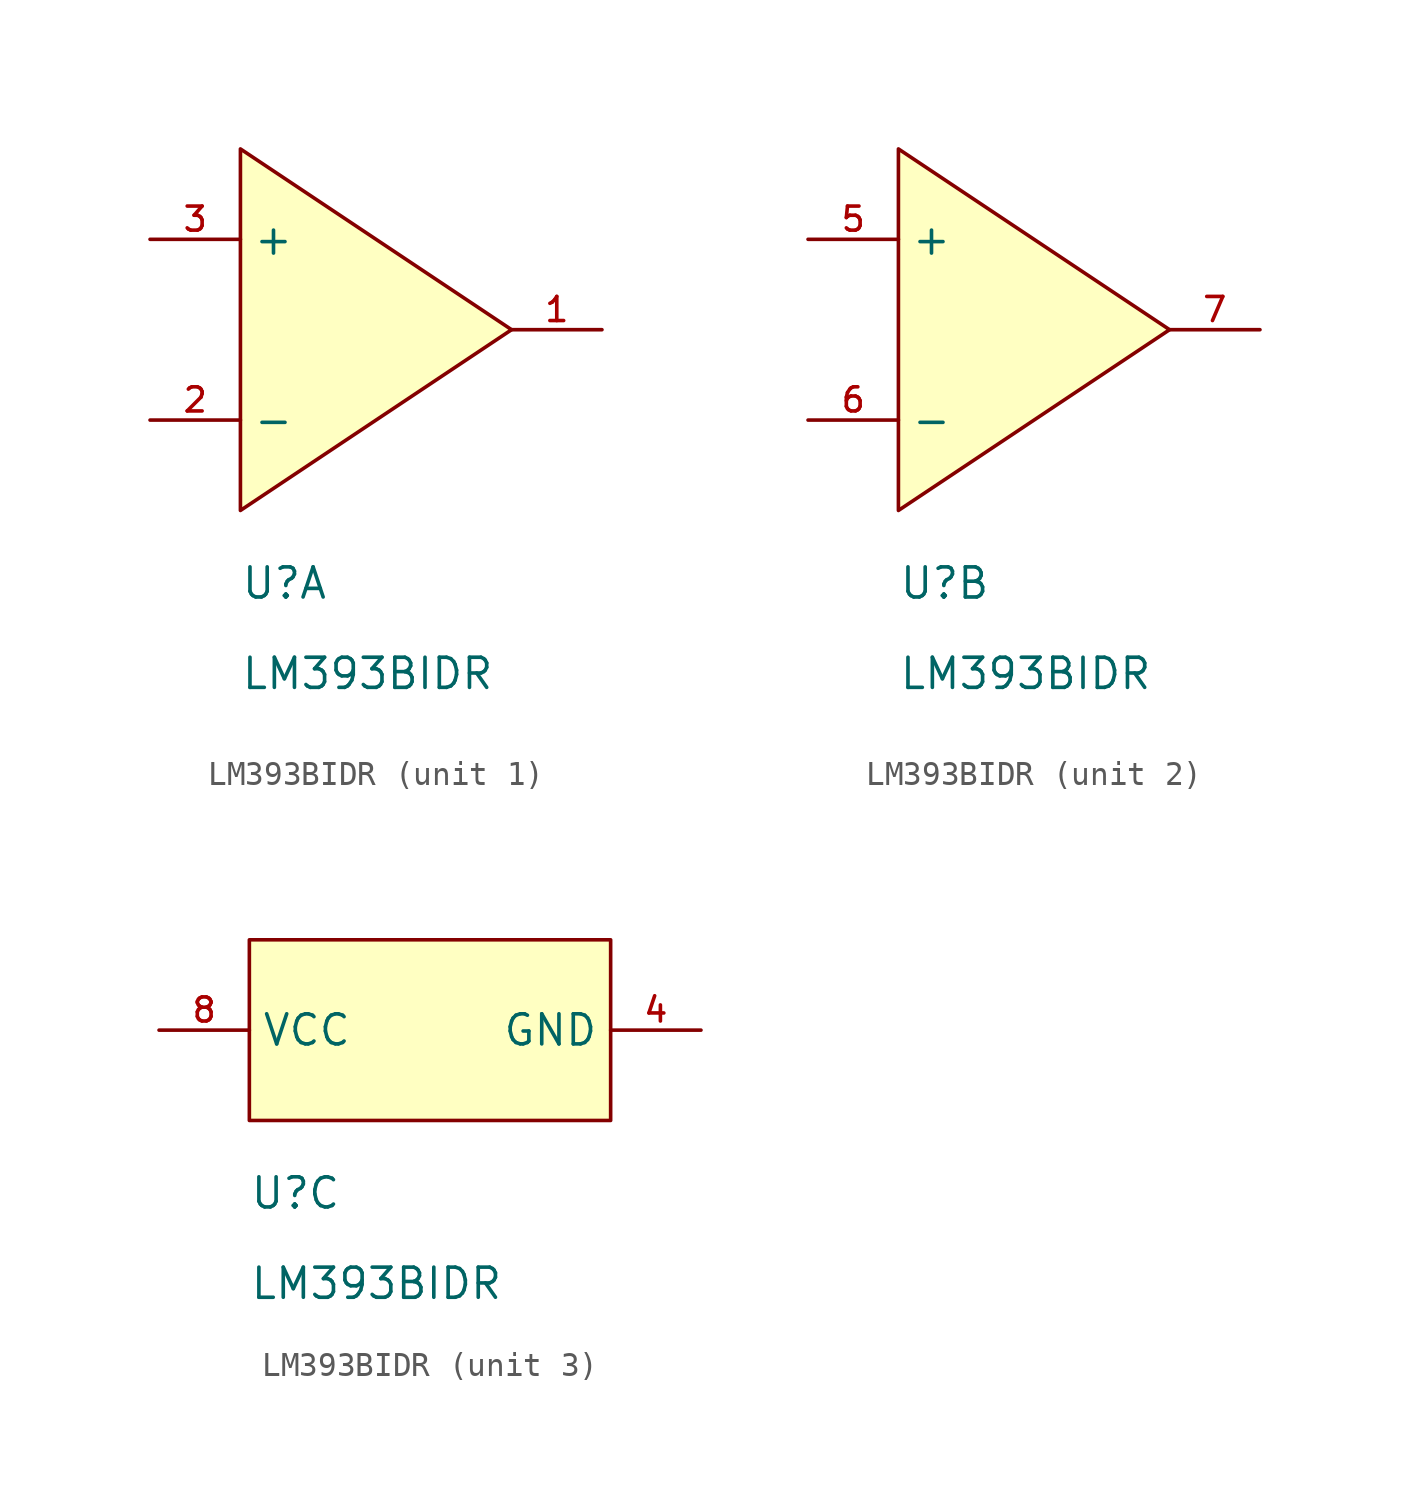
<source format=kicad_sym>
(kicad_symbol_lib
  (version 20241209)
  (generator "kicad_symbol_editor")
  (generator_version "9.0")
  (symbol "LM393BIDR"
    (property "Reference" "U"
      (at 0 -3.81 0)
      (effects (font (size 1.27 1.27)) (justify left bottom)))
    (property "Value" "LM393BIDR"
      (at 0 -7.62 0)
      (effects (font (size 1.27 1.27)) (justify left bottom)))
    (property "ki_locked" ""
      (at 0 0 0)
      (effects (font (size 1.27 1.27))))
    (symbol "LM393BIDR_1_1"
      (polyline (pts (xy 0 15.24) (xy 0 0) (xy 11.43 7.62) (xy 0 15.24)) (stroke (width 0) (type default)) (fill (type background)))
      (pin passive line (at -3.81 11.43 0) (length 3.81) (name "+" (effects (font (size 1.27 1.27)))) (number "3" (effects (font (size 1.016 1.016)))))
      (pin passive line (at -3.81 3.81 0) (length 3.81) (name "-" (effects (font (size 1.27 1.27)))) (number "2" (effects (font (size 1.016 1.016)))))
      (pin passive line (at 15.24 7.62 180) (length 3.81) (name "" (effects (font (size 1.27 1.27)))) (number "1" (effects (font (size 1.016 1.016))))))
    (symbol "LM393BIDR_2_1"
      (polyline (pts (xy 0 15.24) (xy 0 0) (xy 11.43 7.62) (xy 0 15.24)) (stroke (width 0) (type default)) (fill (type background)))
      (pin passive line (at -3.81 11.43 0) (length 3.81) (name "+" (effects (font (size 1.27 1.27)))) (number "5" (effects (font (size 1.016 1.016)))))
      (pin passive line (at -3.81 3.81 0) (length 3.81) (name "-" (effects (font (size 1.27 1.27)))) (number "6" (effects (font (size 1.016 1.016)))))
      (pin passive line (at 15.24 7.62 180) (length 3.81) (name "" (effects (font (size 1.27 1.27)))) (number "7" (effects (font (size 1.016 1.016))))))
    (symbol "LM393BIDR_3_1"
      (rectangle (start 0 7.62) (end 15.24 0) (stroke (width 0) (type default)) (fill (type background)))
      (pin passive line (at -3.81 3.81 0) (length 3.81) (name "VCC" (effects (font (size 1.27 1.27)))) (number "8" (effects (font (size 1.016 1.016)))))
      (pin passive line (at 19.05 3.81 180) (length 3.81) (name "GND" (effects (font (size 1.27 1.27)))) (number "4" (effects (font (size 1.016 1.016))))))))
</source>
